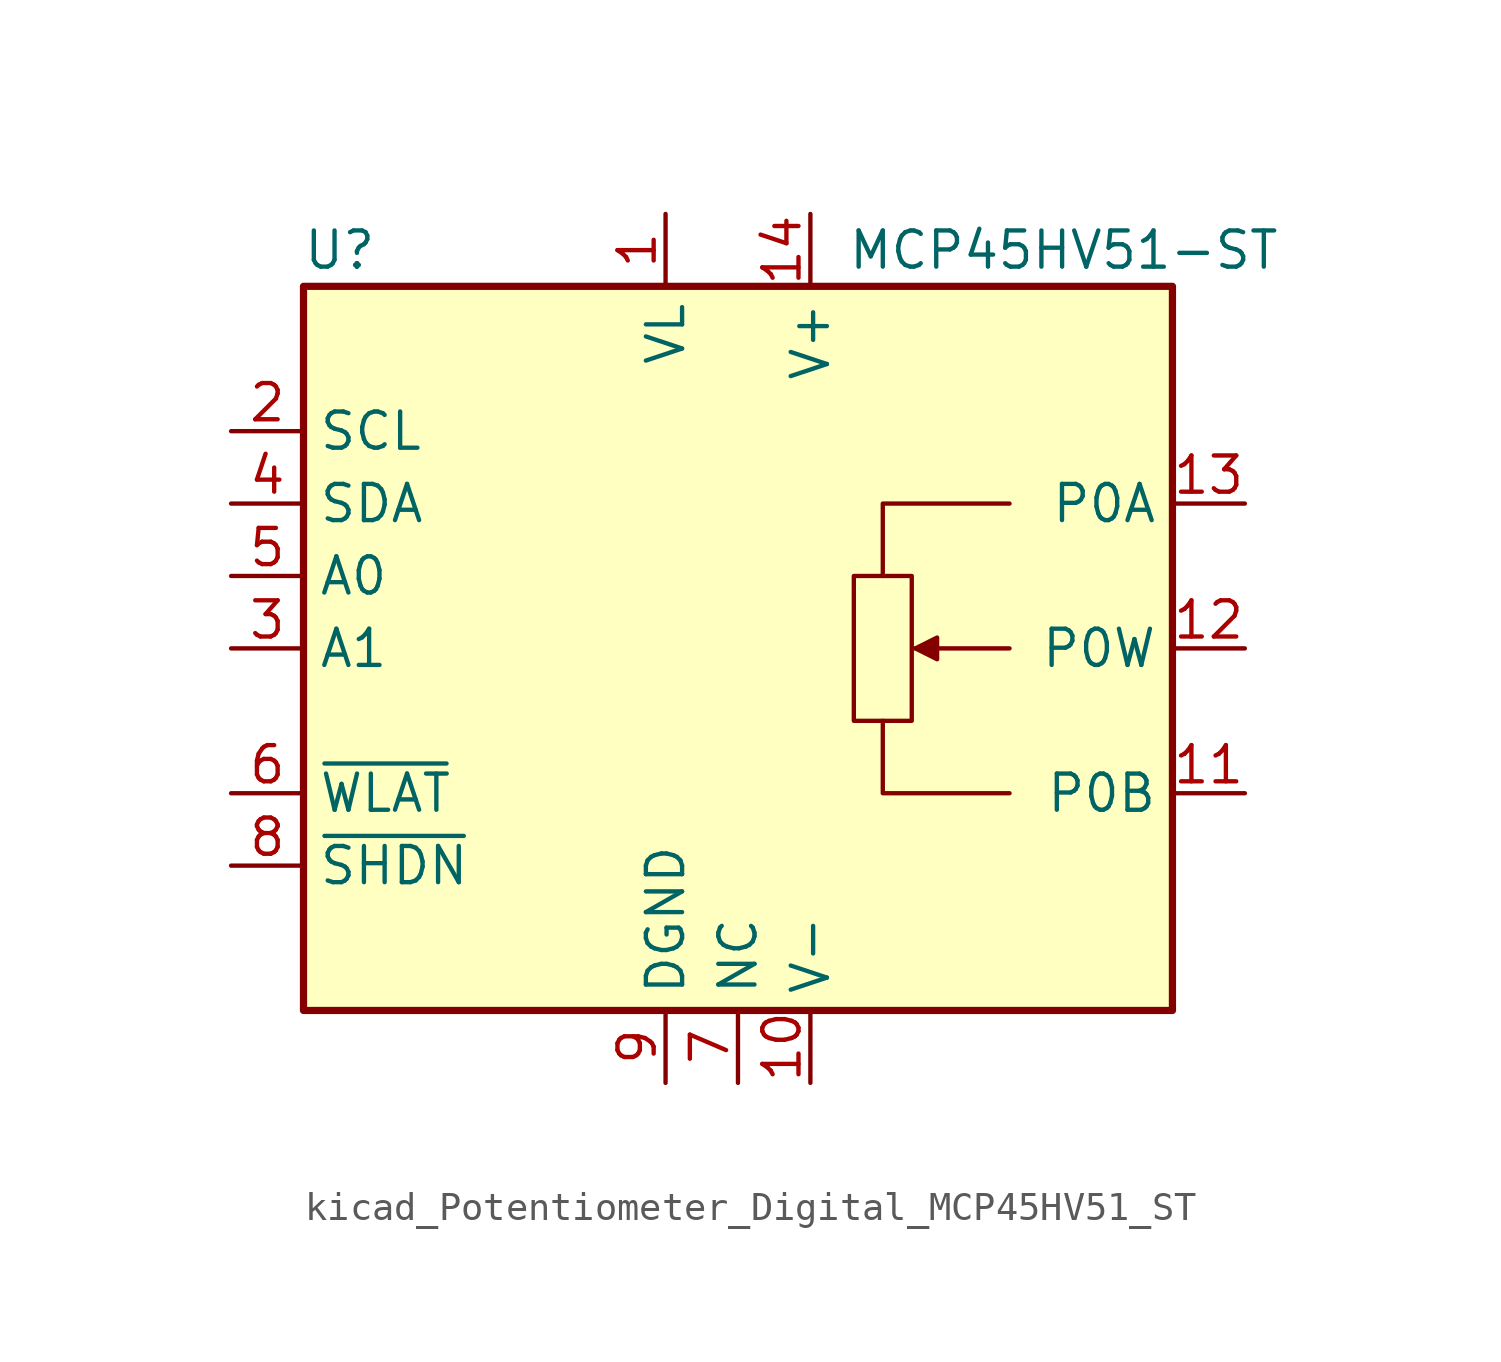
<source format=kicad_sym>
(kicad_symbol_lib
  (version 20220914)
  (generator kicad_symbol_editor)
  (symbol "kicad_Potentiometer_Digital_MCP45HV51_ST"
    (property "Reference" "U"
      (at -13.97 13.97 0)
      (effects (font (size 1.27 1.27))))
    (property "Value" "MCP45HV51-ST"
      (at 11.43 13.97 0)
      (effects (font (size 1.27 1.27))))
    (symbol "kicad_Potentiometer_Digital_MCP45HV51_ST_0_1"
      (polyline (pts (xy 9.525 0) (xy 6.223 0)) (stroke (width 0) (type default)) (fill (type none)))
      (polyline (pts (xy 5.08 -2.54) (xy 5.08 -5.08) (xy 9.525 -5.08)) (stroke (width 0) (type default)) (fill (type none)))
      (polyline (pts (xy 5.08 2.54) (xy 5.08 5.08) (xy 9.525 5.08)) (stroke (width 0) (type default)) (fill (type none)))
      (polyline (pts (xy 6.223 0) (xy 6.985 0.381) (xy 6.985 -0.381) (xy 6.223 0)) (stroke (width 0) (type default)) (fill (type outline)))
      (polyline (pts (xy 6.096 2.54) (xy 4.064 2.54) (xy 4.064 -2.54) (xy 6.096 -2.54) (xy 6.096 2.54)) (stroke (width 0) (type default)) (fill (type none))))
    (symbol "kicad_Potentiometer_Digital_MCP45HV51_ST_1_1"
      (rectangle (start -15.24 12.7) (end 15.24 -12.7) (stroke (width 0.254) (type default)) (fill (type background)))
      (pin power_in line (at -2.54 15.24 270) (length 2.54) (name "VL" (effects (font (size 1.27 1.27)))) (number "1" (effects (font (size 1.27 1.27)))))
      (pin power_in line (at 2.54 -15.24 90) (length 2.54) (name "V-" (effects (font (size 1.27 1.27)))) (number "10" (effects (font (size 1.27 1.27)))))
      (pin passive line (at 17.78 -5.08 180) (length 2.54) (name "P0B" (effects (font (size 1.27 1.27)))) (number "11" (effects (font (size 1.27 1.27)))))
      (pin passive line (at 17.78 0 180) (length 2.54) (name "P0W" (effects (font (size 1.27 1.27)))) (number "12" (effects (font (size 1.27 1.27)))))
      (pin passive line (at 17.78 5.08 180) (length 2.54) (name "P0A" (effects (font (size 1.27 1.27)))) (number "13" (effects (font (size 1.27 1.27)))))
      (pin power_in line (at 2.54 15.24 270) (length 2.54) (name "V+" (effects (font (size 1.27 1.27)))) (number "14" (effects (font (size 1.27 1.27)))))
      (pin input line (at -17.78 7.62 0) (length 2.54) (name "SCL" (effects (font (size 1.27 1.27)))) (number "2" (effects (font (size 1.27 1.27)))))
      (pin input line (at -17.78 0 0) (length 2.54) (name "A1" (effects (font (size 1.27 1.27)))) (number "3" (effects (font (size 1.27 1.27)))))
      (pin bidirectional line (at -17.78 5.08 0) (length 2.54) (name "SDA" (effects (font (size 1.27 1.27)))) (number "4" (effects (font (size 1.27 1.27)))))
      (pin input line (at -17.78 2.54 0) (length 2.54) (name "A0" (effects (font (size 1.27 1.27)))) (number "5" (effects (font (size 1.27 1.27)))))
      (pin input line (at -17.78 -5.08 0) (length 2.54) (name "~{WLAT}" (effects (font (size 1.27 1.27)))) (number "6" (effects (font (size 1.27 1.27)))))
      (pin passive line (at 0 -15.24 90) (length 2.54) (name "NC" (effects (font (size 1.27 1.27)))) (number "7" (effects (font (size 1.27 1.27)))))
      (pin input line (at -17.78 -7.62 0) (length 2.54) (name "~{SHDN}" (effects (font (size 1.27 1.27)))) (number "8" (effects (font (size 1.27 1.27)))))
      (pin power_in line (at -2.54 -15.24 90) (length 2.54) (name "DGND" (effects (font (size 1.27 1.27)))) (number "9" (effects (font (size 1.27 1.27))))))))
</source>
